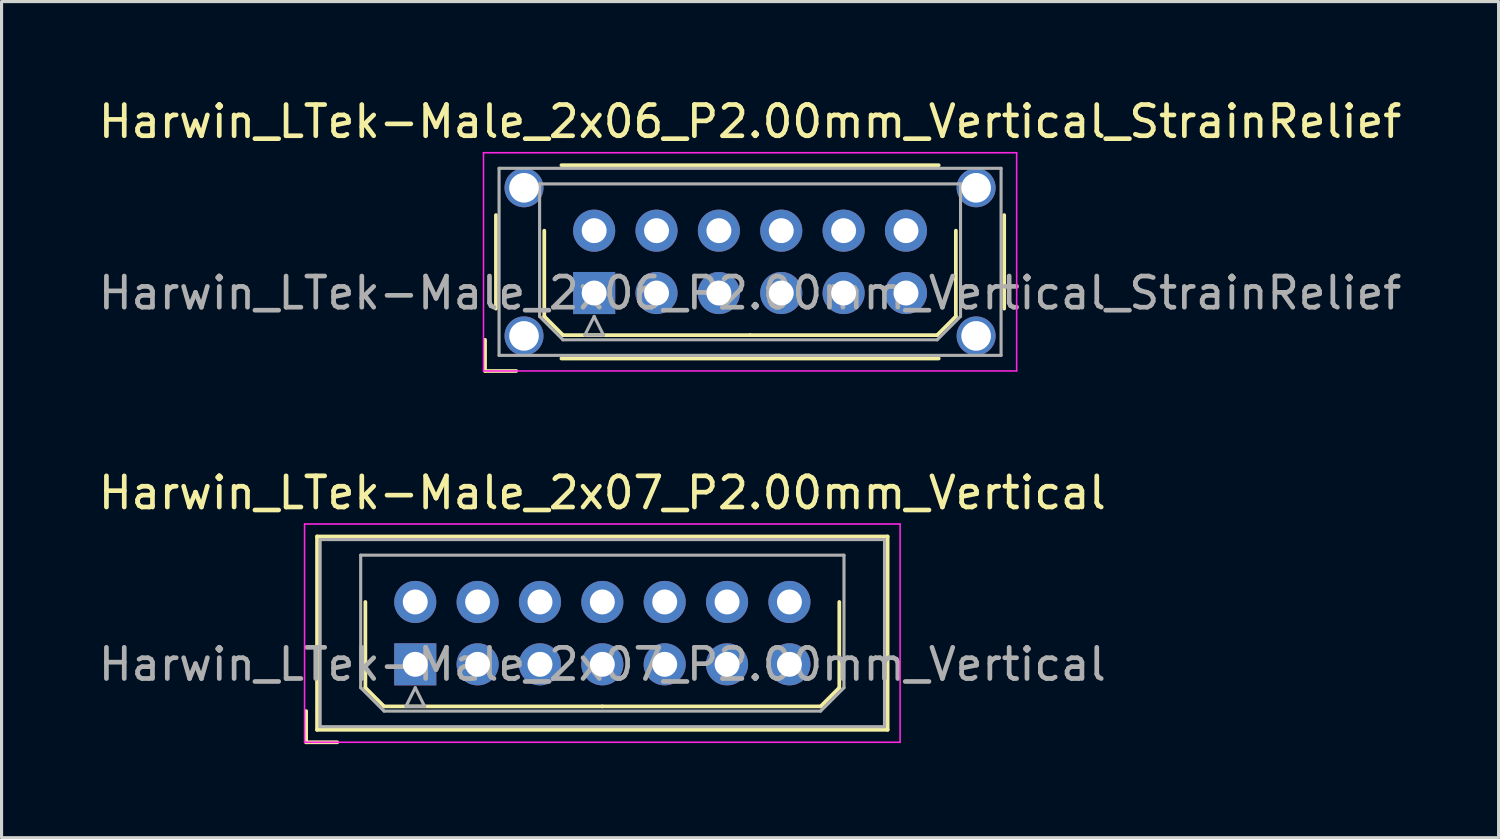
<source format=kicad_pcb>
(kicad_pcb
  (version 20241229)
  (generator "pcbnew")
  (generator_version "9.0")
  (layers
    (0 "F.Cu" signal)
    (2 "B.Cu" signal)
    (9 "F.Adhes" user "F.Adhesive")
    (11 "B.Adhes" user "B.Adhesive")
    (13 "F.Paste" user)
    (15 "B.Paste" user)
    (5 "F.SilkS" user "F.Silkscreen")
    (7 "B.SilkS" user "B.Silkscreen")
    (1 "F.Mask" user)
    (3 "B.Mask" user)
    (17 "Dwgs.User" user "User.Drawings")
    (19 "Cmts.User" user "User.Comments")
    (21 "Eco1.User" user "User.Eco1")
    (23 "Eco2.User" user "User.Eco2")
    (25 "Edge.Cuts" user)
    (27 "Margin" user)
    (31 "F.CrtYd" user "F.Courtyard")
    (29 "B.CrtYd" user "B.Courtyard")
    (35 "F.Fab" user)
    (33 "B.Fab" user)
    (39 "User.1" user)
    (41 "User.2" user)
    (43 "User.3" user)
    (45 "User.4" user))
  (footprint "Harwin_LTek-Male_2x07_P2.00mm_Vertical"
    (layer "F.Cu")
    (at 10.268 18.256)
    (property "Reference" "Harwin_LTek-Male_2x07_P2.00mm_Vertical" (at 6 -5.5 0) (layer "F.SilkS") (effects (font (size 1 1) (thickness 0.15))))
    (attr through_hole)
    (fp_line (start -3.5 1.5) (end -3.5 2.5) (stroke (width 0.12) (type solid)) (layer "F.SilkS"))
    (fp_line (start -3.5 2.5) (end -2.5 2.5) (stroke (width 0.12) (type solid)) (layer "F.SilkS"))
    (fp_line (start -3.15 -4.1) (end -3.15 2.1) (stroke (width 0.12) (type solid)) (layer "F.SilkS"))
    (fp_line (start -3.15 2.1) (end 15.15 2.1) (stroke (width 0.12) (type solid)) (layer "F.SilkS"))
    (fp_line (start -1.6 -2) (end -1.6 0.75) (stroke (width 0.12) (type solid)) (layer "F.SilkS"))
    (fp_line (start -1.6 0.75) (end -1 1.35) (stroke (width 0.12) (type solid)) (layer "F.SilkS"))
    (fp_line (start -1 1.35) (end 6 1.35) (stroke (width 0.12) (type solid)) (layer "F.SilkS"))
    (fp_line (start 13 1.35) (end 6 1.35) (stroke (width 0.12) (type solid)) (layer "F.SilkS"))
    (fp_line (start 13.6 -2) (end 13.6 0.75) (stroke (width 0.12) (type solid)) (layer "F.SilkS"))
    (fp_line (start 13.6 0.75) (end 13 1.35) (stroke (width 0.12) (type solid)) (layer "F.SilkS"))
    (fp_line (start 15.15 -4.1) (end -3.15 -4.1) (stroke (width 0.12) (type solid)) (layer "F.SilkS"))
    (fp_line (start 15.15 2.1) (end 15.15 -4.1) (stroke (width 0.12) (type solid)) (layer "F.SilkS"))
    (fp_line (start -3.55 -4.5) (end -3.55 2.5) (stroke (width 0.05) (type solid)) (layer "F.CrtYd"))
    (fp_line (start -3.55 2.5) (end 15.55 2.5) (stroke (width 0.05) (type solid)) (layer "F.CrtYd"))
    (fp_line (start 15.55 -4.5) (end -3.55 -4.5) (stroke (width 0.05) (type solid)) (layer "F.CrtYd"))
    (fp_line (start 15.55 2.5) (end 15.55 -4.5) (stroke (width 0.05) (type solid)) (layer "F.CrtYd"))
    (fp_line (start -3.05 -4) (end -3.05 2) (stroke (width 0.1) (type solid)) (layer "F.Fab"))
    (fp_line (start -3.05 2) (end 15.05 2) (stroke (width 0.1) (type solid)) (layer "F.Fab"))
    (fp_line (start -1.75 -3.5) (end 13.75 -3.5) (stroke (width 0.1) (type solid)) (layer "F.Fab"))
    (fp_line (start -1.75 0.75) (end -1.75 -3.5) (stroke (width 0.1) (type solid)) (layer "F.Fab"))
    (fp_line (start -1 1.5) (end -1.75 0.75) (stroke (width 0.1) (type solid)) (layer "F.Fab"))
    (fp_line (start -0.3 1.35) (end 0.3 1.35) (stroke (width 0.1) (type solid)) (layer "F.Fab"))
    (fp_line (start 0 0.75) (end -0.3 1.35) (stroke (width 0.1) (type solid)) (layer "F.Fab"))
    (fp_line (start 0.3 1.35) (end 0 0.75) (stroke (width 0.1) (type solid)) (layer "F.Fab"))
    (fp_line (start 13 1.5) (end -1 1.5) (stroke (width 0.1) (type solid)) (layer "F.Fab"))
    (fp_line (start 13.75 -3.5) (end 13.75 0.75) (stroke (width 0.1) (type solid)) (layer "F.Fab"))
    (fp_line (start 13.75 0.75) (end 13 1.5) (stroke (width 0.1) (type solid)) (layer "F.Fab"))
    (fp_line (start 15.05 -4) (end -3.05 -4) (stroke (width 0.1) (type solid)) (layer "F.Fab"))
    (fp_line (start 15.05 2) (end 15.05 -4) (stroke (width 0.1) (type solid)) (layer "F.Fab"))
    (fp_text user "${REFERENCE}" (at 6 0 0) (layer "F.Fab") (effects (font (size 1 1) (thickness 0.15))))
    (pad "1" thru_hole rect (at 0 0) (size 1.35 1.35) (drill 0.8) (layers "*.Cu" "*.Mask"))
    (pad "2" thru_hole circle (at 2 0) (size 1.35 1.35) (drill 0.8) (layers "*.Cu" "*.Mask"))
    (pad "3" thru_hole circle (at 4 0) (size 1.35 1.35) (drill 0.8) (layers "*.Cu" "*.Mask"))
    (pad "4" thru_hole circle (at 6 0) (size 1.35 1.35) (drill 0.8) (layers "*.Cu" "*.Mask"))
    (pad "5" thru_hole circle (at 8 0) (size 1.35 1.35) (drill 0.8) (layers "*.Cu" "*.Mask"))
    (pad "6" thru_hole circle (at 10 0) (size 1.35 1.35) (drill 0.8) (layers "*.Cu" "*.Mask"))
    (pad "7" thru_hole circle (at 12 0) (size 1.35 1.35) (drill 0.8) (layers "*.Cu" "*.Mask"))
    (pad "8" thru_hole circle (at 0 -2) (size 1.35 1.35) (drill 0.8) (layers "*.Cu" "*.Mask"))
    (pad "9" thru_hole circle (at 2 -2) (size 1.35 1.35) (drill 0.8) (layers "*.Cu" "*.Mask"))
    (pad "10" thru_hole circle (at 4 -2) (size 1.35 1.35) (drill 0.8) (layers "*.Cu" "*.Mask"))
    (pad "11" thru_hole circle (at 6 -2) (size 1.35 1.35) (drill 0.8) (layers "*.Cu" "*.Mask"))
    (pad "12" thru_hole circle (at 8 -2) (size 1.35 1.35) (drill 0.8) (layers "*.Cu" "*.Mask"))
    (pad "13" thru_hole circle (at 10 -2) (size 1.35 1.35) (drill 0.8) (layers "*.Cu" "*.Mask"))
    (pad "14" thru_hole circle (at 12 -2) (size 1.35 1.35) (drill 0.8) (layers "*.Cu" "*.Mask")))
  (footprint "Harwin_LTek-Male_2x06_P2.00mm_Vertical_StrainRelief"
    (layer "F.Cu")
    (at 16.006 6.348)
    (property "Reference" "Harwin_LTek-Male_2x06_P2.00mm_Vertical_StrainRelief" (at 5 -5.5 0) (layer "F.SilkS") (effects (font (size 1 1) (thickness 0.15))))
    (attr through_hole)
    (fp_line (start -3.5 1.5) (end -3.5 2.5) (stroke (width 0.12) (type solid)) (layer "F.SilkS"))
    (fp_line (start -3.5 2.5) (end -2.5 2.5) (stroke (width 0.12) (type solid)) (layer "F.SilkS"))
    (fp_line (start -3.15 -2.5) (end -3.15 0.5) (stroke (width 0.12) (type solid)) (layer "F.SilkS"))
    (fp_line (start -1.6 -2) (end -1.6 0.75) (stroke (width 0.12) (type solid)) (layer "F.SilkS"))
    (fp_line (start -1.6 0.75) (end -1 1.35) (stroke (width 0.12) (type solid)) (layer "F.SilkS"))
    (fp_line (start -1.05 -4.1) (end 11.05 -4.1) (stroke (width 0.12) (type solid)) (layer "F.SilkS"))
    (fp_line (start -1.05 2.1) (end 11.05 2.1) (stroke (width 0.12) (type solid)) (layer "F.SilkS"))
    (fp_line (start -1 1.35) (end 5 1.35) (stroke (width 0.12) (type solid)) (layer "F.SilkS"))
    (fp_line (start 11 1.35) (end 5 1.35) (stroke (width 0.12) (type solid)) (layer "F.SilkS"))
    (fp_line (start 11.6 -2) (end 11.6 0.75) (stroke (width 0.12) (type solid)) (layer "F.SilkS"))
    (fp_line (start 11.6 0.75) (end 11 1.35) (stroke (width 0.12) (type solid)) (layer "F.SilkS"))
    (fp_line (start 13.15 -2.5) (end 13.15 0.5) (stroke (width 0.12) (type solid)) (layer "F.SilkS"))
    (fp_line (start -3.55 -4.5) (end -3.55 2.5) (stroke (width 0.05) (type solid)) (layer "F.CrtYd"))
    (fp_line (start -3.55 2.5) (end 13.55 2.5) (stroke (width 0.05) (type solid)) (layer "F.CrtYd"))
    (fp_line (start 13.55 -4.5) (end -3.55 -4.5) (stroke (width 0.05) (type solid)) (layer "F.CrtYd"))
    (fp_line (start 13.55 2.5) (end 13.55 -4.5) (stroke (width 0.05) (type solid)) (layer "F.CrtYd"))
    (fp_line (start -3.05 -4) (end -3.05 2) (stroke (width 0.1) (type solid)) (layer "F.Fab"))
    (fp_line (start -3.05 2) (end 13.05 2) (stroke (width 0.1) (type solid)) (layer "F.Fab"))
    (fp_line (start -1.75 -3.5) (end 11.75 -3.5) (stroke (width 0.1) (type solid)) (layer "F.Fab"))
    (fp_line (start -1.75 0.75) (end -1.75 -3.5) (stroke (width 0.1) (type solid)) (layer "F.Fab"))
    (fp_line (start -1 1.5) (end -1.75 0.75) (stroke (width 0.1) (type solid)) (layer "F.Fab"))
    (fp_line (start -0.3 1.35) (end 0.3 1.35) (stroke (width 0.1) (type solid)) (layer "F.Fab"))
    (fp_line (start 0 0.75) (end -0.3 1.35) (stroke (width 0.1) (type solid)) (layer "F.Fab"))
    (fp_line (start 0.3 1.35) (end 0 0.75) (stroke (width 0.1) (type solid)) (layer "F.Fab"))
    (fp_line (start 11 1.5) (end -1 1.5) (stroke (width 0.1) (type solid)) (layer "F.Fab"))
    (fp_line (start 11.75 -3.5) (end 11.75 0.75) (stroke (width 0.1) (type solid)) (layer "F.Fab"))
    (fp_line (start 11.75 0.75) (end 11 1.5) (stroke (width 0.1) (type solid)) (layer "F.Fab"))
    (fp_line (start 13.05 -4) (end -3.05 -4) (stroke (width 0.1) (type solid)) (layer "F.Fab"))
    (fp_line (start 13.05 2) (end 13.05 -4) (stroke (width 0.1) (type solid)) (layer "F.Fab"))
    (fp_text user "${REFERENCE}" (at 5 0 0) (layer "F.Fab") (effects (font (size 1 1) (thickness 0.15))))
    (pad "" thru_hole circle (at -2.25 -3.375) (size 1.25 1.25) (drill 0.95) (layers "*.Cu" "*.Mask"))
    (pad "" thru_hole circle (at -2.25 1.375) (size 1.25 1.25) (drill 0.95) (layers "*.Cu" "*.Mask"))
    (pad "" thru_hole circle (at 12.25 -3.375) (size 1.25 1.25) (drill 0.95) (layers "*.Cu" "*.Mask"))
    (pad "" thru_hole circle (at 12.25 1.375) (size 1.25 1.25) (drill 0.95) (layers "*.Cu" "*.Mask"))
    (pad "1" thru_hole rect (at 0 0) (size 1.35 1.35) (drill 0.8) (layers "*.Cu" "*.Mask"))
    (pad "2" thru_hole circle (at 2 0) (size 1.35 1.35) (drill 0.8) (layers "*.Cu" "*.Mask"))
    (pad "3" thru_hole circle (at 4 0) (size 1.35 1.35) (drill 0.8) (layers "*.Cu" "*.Mask"))
    (pad "4" thru_hole circle (at 6 0) (size 1.35 1.35) (drill 0.8) (layers "*.Cu" "*.Mask"))
    (pad "5" thru_hole circle (at 8 0) (size 1.35 1.35) (drill 0.8) (layers "*.Cu" "*.Mask"))
    (pad "6" thru_hole circle (at 10 0) (size 1.35 1.35) (drill 0.8) (layers "*.Cu" "*.Mask"))
    (pad "7" thru_hole circle (at 0 -2) (size 1.35 1.35) (drill 0.8) (layers "*.Cu" "*.Mask"))
    (pad "8" thru_hole circle (at 2 -2) (size 1.35 1.35) (drill 0.8) (layers "*.Cu" "*.Mask"))
    (pad "9" thru_hole circle (at 4 -2) (size 1.35 1.35) (drill 0.8) (layers "*.Cu" "*.Mask"))
    (pad "10" thru_hole circle (at 6 -2) (size 1.35 1.35) (drill 0.8) (layers "*.Cu" "*.Mask"))
    (pad "11" thru_hole circle (at 8 -2) (size 1.35 1.35) (drill 0.8) (layers "*.Cu" "*.Mask"))
    (pad "12" thru_hole circle (at 10 -2) (size 1.35 1.35) (drill 0.8) (layers "*.Cu" "*.Mask")))
  (gr_rect
    (start -3 -3)
    (end 45.012 23.817)
    (stroke (width 0.1) (type default))
    (fill no)
    (layer "Edge.Cuts")))
</source>
